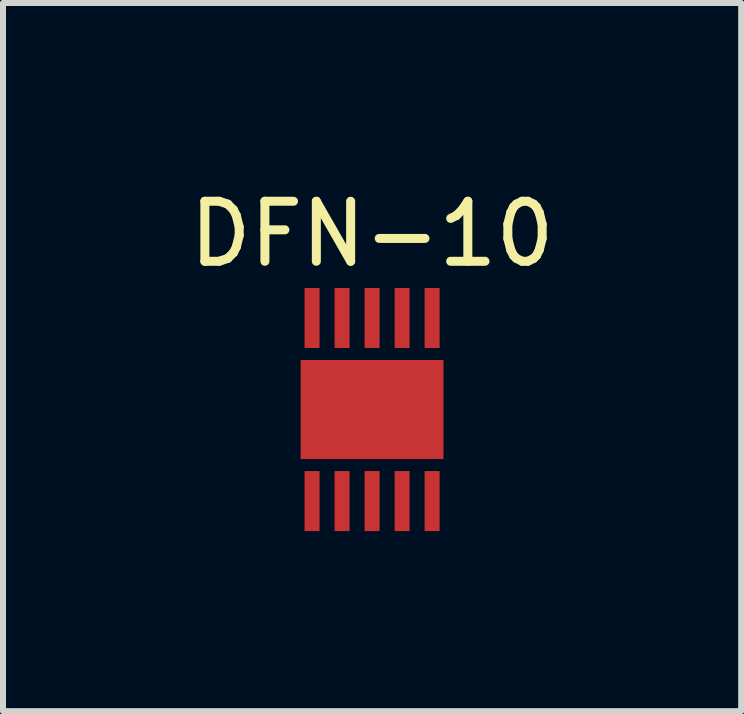
<source format=kicad_pcb>
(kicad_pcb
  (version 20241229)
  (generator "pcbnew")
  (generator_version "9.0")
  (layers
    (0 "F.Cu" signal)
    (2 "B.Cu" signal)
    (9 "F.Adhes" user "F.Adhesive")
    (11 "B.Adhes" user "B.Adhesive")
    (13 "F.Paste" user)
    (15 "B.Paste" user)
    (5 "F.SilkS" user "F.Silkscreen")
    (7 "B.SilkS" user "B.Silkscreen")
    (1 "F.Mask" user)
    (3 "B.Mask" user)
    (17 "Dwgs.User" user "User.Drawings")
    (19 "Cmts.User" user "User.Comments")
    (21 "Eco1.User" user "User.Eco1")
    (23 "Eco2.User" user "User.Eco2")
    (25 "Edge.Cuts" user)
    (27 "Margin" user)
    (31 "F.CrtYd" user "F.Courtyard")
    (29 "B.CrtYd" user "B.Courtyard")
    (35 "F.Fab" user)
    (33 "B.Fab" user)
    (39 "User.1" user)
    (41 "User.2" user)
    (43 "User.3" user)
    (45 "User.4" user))
  (footprint "DFN-10"
    (layer "F.Cu")
    (at 3.149 3.773)
    (property "Reference" "DFN-10" (at 0 -2.925 0) (layer "F.SilkS") (effects (font (size 1 1) (thickness 0.15))))
    (attr through_hole)
    (pad "1" smd rect (at -1 1.525) (size 0.25 1) (layers "F.Cu" "F.Mask" "F.Paste"))
    (pad "2" smd rect (at -0.5 1.525) (size 0.25 1) (layers "F.Cu" "F.Mask" "F.Paste"))
    (pad "3" smd rect (at 0 1.525) (size 0.25 1) (layers "F.Cu" "F.Mask" "F.Paste"))
    (pad "4" smd rect (at 0.5 1.525) (size 0.25 1) (layers "F.Cu" "F.Mask" "F.Paste"))
    (pad "5" smd rect (at 1 1.525) (size 0.25 1) (layers "F.Cu" "F.Mask" "F.Paste"))
    (pad "6" smd rect (at 1 -1.525) (size 0.25 1) (layers "F.Cu" "F.Mask" "F.Paste"))
    (pad "7" smd rect (at 0.5 -1.525) (size 0.25 1) (layers "F.Cu" "F.Mask" "F.Paste"))
    (pad "8" smd rect (at 0 -1.525) (size 0.25 1) (layers "F.Cu" "F.Mask" "F.Paste"))
    (pad "9" smd rect (at -0.5 -1.525) (size 0.25 1) (layers "F.Cu" "F.Mask" "F.Paste"))
    (pad "10" smd rect (at -1 -1.525) (size 0.25 1) (layers "F.Cu" "F.Mask" "F.Paste"))
    (pad "11" smd rect (at 0 0) (size 2.38 1.65) (layers "F.Cu" "F.Mask" "F.Paste")))
  (gr_rect
    (start -3 -3)
    (end 9.298 8.798)
    (stroke (width 0.1) (type default))
    (fill no)
    (layer "Edge.Cuts")))
</source>
